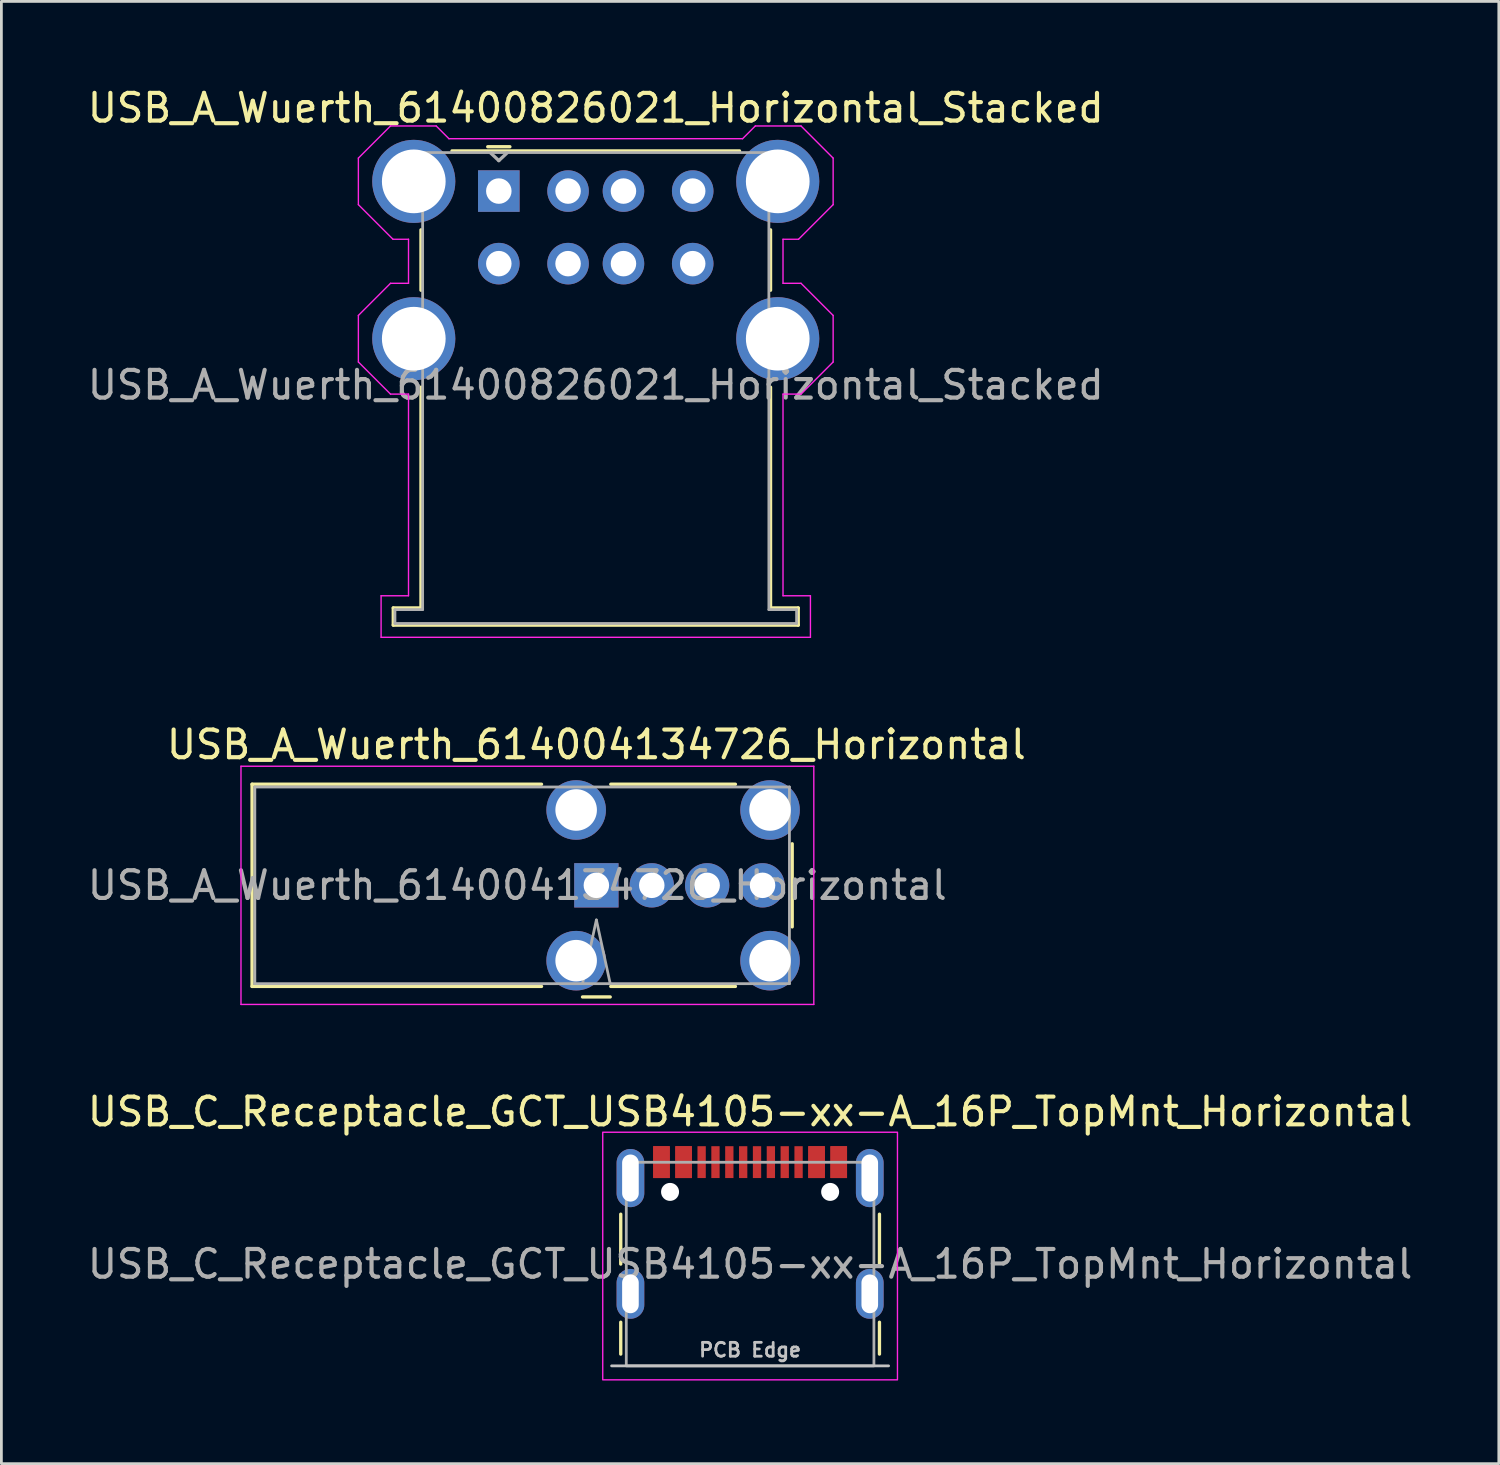
<source format=kicad_pcb>
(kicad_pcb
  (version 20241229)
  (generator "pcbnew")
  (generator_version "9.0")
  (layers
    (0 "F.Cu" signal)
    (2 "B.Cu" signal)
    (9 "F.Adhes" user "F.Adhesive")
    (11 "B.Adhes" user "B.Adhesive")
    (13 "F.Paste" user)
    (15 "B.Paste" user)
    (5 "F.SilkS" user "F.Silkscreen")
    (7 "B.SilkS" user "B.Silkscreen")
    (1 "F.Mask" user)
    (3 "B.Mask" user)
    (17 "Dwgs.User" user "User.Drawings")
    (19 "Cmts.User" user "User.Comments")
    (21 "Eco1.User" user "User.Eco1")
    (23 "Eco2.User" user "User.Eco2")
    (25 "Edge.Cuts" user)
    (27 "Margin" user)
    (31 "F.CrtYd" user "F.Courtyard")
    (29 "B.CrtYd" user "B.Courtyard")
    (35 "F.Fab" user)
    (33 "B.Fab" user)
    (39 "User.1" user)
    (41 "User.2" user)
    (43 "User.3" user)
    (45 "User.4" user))
  (footprint "USB_C_Receptacle_GCT_USB4105-xx-A_16P_TopMnt_Horizontal"
    (layer "F.Cu")
    (at 24.03 42.585)
    (property "Reference" "USB_C_Receptacle_GCT_USB4105-xx-A_16P_TopMnt_Horizontal" (at 0 -5.5 0) (unlocked yes) (layer "F.SilkS") (effects (font (size 1 1) (thickness 0.15))))
    (attr smd)
    (fp_line (start -4.67 0) (end -4.67 -1.8) (stroke (width 0.12) (type solid)) (layer "F.SilkS"))
    (fp_line (start -4.67 2.1) (end -4.67 3.25) (stroke (width 0.12) (type solid)) (layer "F.SilkS"))
    (fp_line (start 4.67 0) (end 4.67 -1.8) (stroke (width 0.12) (type solid)) (layer "F.SilkS"))
    (fp_line (start 4.67 2.1) (end 4.67 3.25) (stroke (width 0.12) (type solid)) (layer "F.SilkS"))
    (fp_line (start 5 3.675) (end -5 3.675) (stroke (width 0.1) (type solid)) (layer "Dwgs.User"))
    (fp_rect (start -5.32 -4.76) (end 5.32 4.18) (stroke (width 0.05) (type solid)) (fill no) (layer "F.CrtYd"))
    (fp_rect (start -4.47 -3.675) (end 4.47 3.675) (stroke (width 0.1) (type solid)) (fill no) (layer "F.Fab"))
    (fp_text user "PCB Edge" (at 0 3.1 0) (unlocked yes) (layer "Dwgs.User") (effects (font (size 0.5 0.5) (thickness 0.1))))
    (fp_text user "${REFERENCE}" (at 0 0 0) (unlocked yes) (layer "F.Fab") (effects (font (size 1 1) (thickness 0.15))))
    (pad "" np_thru_hole circle (at -2.89 -2.605) (size 0.65 0.65) (drill 0.65) (layers "*.Cu" "*.Mask"))
    (pad "" np_thru_hole circle (at 2.89 -2.605) (size 0.65 0.65) (drill 0.65) (layers "*.Cu" "*.Mask"))
    (pad "A1" smd rect (at -3.2 -3.68) (size 0.6 1.15) (layers "F.Cu" "F.Mask" "F.Paste"))
    (pad "A4" smd rect (at -2.4 -3.68) (size 0.6 1.15) (layers "F.Cu" "F.Mask" "F.Paste"))
    (pad "A5" smd rect (at -1.25 -3.68) (size 0.3 1.15) (layers "F.Cu" "F.Mask" "F.Paste"))
    (pad "A6" smd rect (at -0.25 -3.68) (size 0.3 1.15) (layers "F.Cu" "F.Mask" "F.Paste"))
    (pad "A7" smd rect (at 0.25 -3.68) (size 0.3 1.15) (layers "F.Cu" "F.Mask" "F.Paste"))
    (pad "A8" smd rect (at 1.25 -3.68) (size 0.3 1.15) (layers "F.Cu" "F.Mask" "F.Paste"))
    (pad "A9" smd rect (at 2.4 -3.68) (size 0.6 1.15) (layers "F.Cu" "F.Mask" "F.Paste"))
    (pad "A12" smd rect (at 3.2 -3.68) (size 0.6 1.15) (layers "F.Cu" "F.Mask" "F.Paste"))
    (pad "B1" smd rect (at 3.2 -3.68) (size 0.6 1.15) (layers "F.Cu" "F.Mask" "F.Paste"))
    (pad "B4" smd rect (at 2.4 -3.68) (size 0.6 1.15) (layers "F.Cu" "F.Mask" "F.Paste"))
    (pad "B5" smd rect (at 1.75 -3.68) (size 0.3 1.15) (layers "F.Cu" "F.Mask" "F.Paste"))
    (pad "B6" smd rect (at 0.75 -3.68) (size 0.3 1.15) (layers "F.Cu" "F.Mask" "F.Paste"))
    (pad "B7" smd rect (at -0.75 -3.68) (size 0.3 1.15) (layers "F.Cu" "F.Mask" "F.Paste"))
    (pad "B8" smd rect (at -1.75 -3.68) (size 0.3 1.15) (layers "F.Cu" "F.Mask" "F.Paste"))
    (pad "B9" smd rect (at -2.4 -3.68) (size 0.6 1.15) (layers "F.Cu" "F.Mask" "F.Paste"))
    (pad "B12" smd rect (at -3.2 -3.68) (size 0.6 1.15) (layers "F.Cu" "F.Mask" "F.Paste"))
    (pad "S1" thru_hole oval (at -4.32 -3.105) (size 1 2.1) (drill oval 0.6 1.7) (layers "*.Cu" "*.Mask"))
    (pad "S1" thru_hole oval (at -4.32 1.075) (size 1 1.8) (drill oval 0.6 1.4) (layers "*.Cu" "*.Mask"))
    (pad "S1" thru_hole oval (at 4.32 -3.105) (size 1 2.1) (drill oval 0.6 1.7) (layers "*.Cu" "*.Mask"))
    (pad "S1" thru_hole oval (at 4.32 1.075) (size 1 1.8) (drill oval 0.6 1.4) (layers "*.Cu" "*.Mask")))
  (footprint "USB_A_Wuerth_614004134726_Horizontal"
    (layer "F.Cu")
    (at 18.48 28.912)
    (property "Reference" "USB_A_Wuerth_614004134726_Horizontal" (at 0 -5.08 0) (layer "F.SilkS") (effects (font (size 1 1) (thickness 0.15))))
    (attr through_hole)
    (fp_line (start -12.43 -3.65) (end -12.43 3.65) (stroke (width 0.12) (type solid)) (layer "F.SilkS"))
    (fp_line (start -12.43 -3.65) (end -1.98 -3.65) (stroke (width 0.12) (type solid)) (layer "F.SilkS"))
    (fp_line (start -12.43 3.65) (end -1.98 3.65) (stroke (width 0.12) (type solid)) (layer "F.SilkS"))
    (fp_line (start -0.5 4.03) (end 0.5 4.03) (stroke (width 0.12) (type solid)) (layer "F.SilkS"))
    (fp_line (start 0.52 -3.65) (end 5.02 -3.65) (stroke (width 0.12) (type solid)) (layer "F.SilkS"))
    (fp_line (start 0.52 3.65) (end 5.02 3.65) (stroke (width 0.12) (type solid)) (layer "F.SilkS"))
    (fp_line (start 7.07 -1.5) (end 7.07 1.5) (stroke (width 0.12) (type solid)) (layer "F.SilkS"))
    (fp_line (start -12.83 -4.3) (end 7.85 -4.3) (stroke (width 0.05) (type solid)) (layer "F.CrtYd"))
    (fp_line (start -12.83 4.3) (end -12.83 -4.3) (stroke (width 0.05) (type solid)) (layer "F.CrtYd"))
    (fp_line (start 7.85 -4.3) (end 7.85 4.3) (stroke (width 0.05) (type solid)) (layer "F.CrtYd"))
    (fp_line (start 7.85 4.3) (end -12.83 4.3) (stroke (width 0.05) (type solid)) (layer "F.CrtYd"))
    (fp_line (start -12.33 -3.55) (end 6.97 -3.55) (stroke (width 0.1) (type solid)) (layer "F.Fab"))
    (fp_line (start -12.33 3.55) (end -12.33 -3.55) (stroke (width 0.1) (type solid)) (layer "F.Fab"))
    (fp_line (start -0.5 3.55) (end 0 1.25) (stroke (width 0.1) (type solid)) (layer "F.Fab"))
    (fp_line (start 0 1.25) (end 0.5 3.55) (stroke (width 0.1) (type solid)) (layer "F.Fab"))
    (fp_line (start 6.97 -3.55) (end 6.97 3.55) (stroke (width 0.1) (type solid)) (layer "F.Fab"))
    (fp_line (start 6.97 3.55) (end -12.33 3.55) (stroke (width 0.1) (type solid)) (layer "F.Fab"))
    (fp_text user "${REFERENCE}" (at -2.855 0 0) (layer "F.Fab") (effects (font (size 1 1) (thickness 0.15))))
    (pad "1" thru_hole rect (at 0 0) (size 1.6 1.6) (drill 0.92) (layers "*.Cu" "*.Mask"))
    (pad "2" thru_hole circle (at 2 0) (size 1.6 1.6) (drill 0.92) (layers "*.Cu" "*.Mask"))
    (pad "3" thru_hole circle (at 4 0) (size 1.6 1.6) (drill 0.92) (layers "*.Cu" "*.Mask"))
    (pad "4" thru_hole circle (at 6 0) (size 1.6 1.6) (drill 0.92) (layers "*.Cu" "*.Mask"))
    (pad "5" thru_hole circle (at -0.73 -2.72) (size 2.15 2.15) (drill 1.5) (layers "*.Cu" "*.Mask"))
    (pad "5" thru_hole circle (at -0.73 2.72) (size 2.15 2.15) (drill 1.5) (layers "*.Cu" "*.Mask"))
    (pad "5" thru_hole circle (at 6.27 -2.72) (size 2.15 2.15) (drill 1.5) (layers "*.Cu" "*.Mask"))
    (pad "5" thru_hole circle (at 6.27 2.72) (size 2.15 2.15) (drill 1.5) (layers "*.Cu" "*.Mask")))
  (footprint "USB_A_Wuerth_61400826021_Horizontal_Stacked"
    (layer "F.Cu")
    (at 14.958 3.848)
    (property "Reference" "USB_A_Wuerth_61400826021_Horizontal_Stacked" (at 3.5 -3 0) (layer "F.SilkS") (effects (font (size 1 1) (thickness 0.15))))
    (attr through_hole)
    (fp_line (start -3.81 15.05) (end -2.81 15.05) (stroke (width 0.12) (type solid)) (layer "F.SilkS"))
    (fp_line (start -3.81 15.67) (end -3.81 15.05) (stroke (width 0.12) (type solid)) (layer "F.SilkS"))
    (fp_line (start -2.81 3.58) (end -2.81 1.4) (stroke (width 0.12) (type solid)) (layer "F.SilkS"))
    (fp_line (start -2.81 15.05) (end -2.81 7.08) (stroke (width 0.12) (type solid)) (layer "F.SilkS"))
    (fp_line (start -1.69 -1.45) (end 8.69 -1.45) (stroke (width 0.12) (type solid)) (layer "F.SilkS"))
    (fp_line (start 0.4 -1.6) (end -0.4 -1.6) (stroke (width 0.12) (type solid)) (layer "F.SilkS"))
    (fp_line (start 9.81 3.58) (end 9.81 1.4) (stroke (width 0.12) (type solid)) (layer "F.SilkS"))
    (fp_line (start 9.81 7.08) (end 9.81 15.05) (stroke (width 0.12) (type solid)) (layer "F.SilkS"))
    (fp_line (start 9.81 15.05) (end 10.81 15.05) (stroke (width 0.12) (type solid)) (layer "F.SilkS"))
    (fp_line (start 10.81 15.05) (end 10.81 15.67) (stroke (width 0.12) (type solid)) (layer "F.SilkS"))
    (fp_line (start 10.81 15.67) (end -3.81 15.67) (stroke (width 0.12) (type solid)) (layer "F.SilkS"))
    (fp_line (start -5.07 -1.19) (end -5.07 0.49) (stroke (width 0.05) (type solid)) (layer "F.CrtYd"))
    (fp_line (start -5.07 0.49) (end -3.82 1.74) (stroke (width 0.05) (type solid)) (layer "F.CrtYd"))
    (fp_line (start -5.07 4.49) (end -5.07 6.17) (stroke (width 0.05) (type solid)) (layer "F.CrtYd"))
    (fp_line (start -5.07 6.17) (end -3.91 7.33) (stroke (width 0.05) (type solid)) (layer "F.CrtYd"))
    (fp_line (start -4.25 14.61) (end -4.25 16.11) (stroke (width 0.05) (type solid)) (layer "F.CrtYd"))
    (fp_line (start -4.25 16.11) (end 11.25 16.11) (stroke (width 0.05) (type solid)) (layer "F.CrtYd"))
    (fp_line (start -3.91 -2.35) (end -5.07 -1.19) (stroke (width 0.05) (type solid)) (layer "F.CrtYd"))
    (fp_line (start -3.91 3.33) (end -5.07 4.49) (stroke (width 0.05) (type solid)) (layer "F.CrtYd"))
    (fp_line (start -3.91 3.33) (end -3.26 3.33) (stroke (width 0.05) (type solid)) (layer "F.CrtYd"))
    (fp_line (start -3.82 1.74) (end -3.26 1.74) (stroke (width 0.05) (type solid)) (layer "F.CrtYd"))
    (fp_line (start -3.26 1.74) (end -3.26 3.33) (stroke (width 0.05) (type solid)) (layer "F.CrtYd"))
    (fp_line (start -3.26 7.33) (end -3.91 7.33) (stroke (width 0.05) (type solid)) (layer "F.CrtYd"))
    (fp_line (start -3.26 7.33) (end -3.26 14.61) (stroke (width 0.05) (type solid)) (layer "F.CrtYd"))
    (fp_line (start -3.26 14.61) (end -4.25 14.61) (stroke (width 0.05) (type solid)) (layer "F.CrtYd"))
    (fp_line (start -2.26 -2.35) (end -3.91 -2.35) (stroke (width 0.05) (type solid)) (layer "F.CrtYd"))
    (fp_line (start -2.26 -2.35) (end -1.8 -1.89) (stroke (width 0.05) (type solid)) (layer "F.CrtYd"))
    (fp_line (start 8.8 -1.89) (end -1.8 -1.89) (stroke (width 0.05) (type solid)) (layer "F.CrtYd"))
    (fp_line (start 9.26 -2.35) (end 8.8 -1.89) (stroke (width 0.05) (type solid)) (layer "F.CrtYd"))
    (fp_line (start 10.26 1.74) (end 10.26 3.33) (stroke (width 0.05) (type solid)) (layer "F.CrtYd"))
    (fp_line (start 10.26 1.74) (end 10.82 1.74) (stroke (width 0.05) (type solid)) (layer "F.CrtYd"))
    (fp_line (start 10.26 3.33) (end 10.91 3.33) (stroke (width 0.05) (type solid)) (layer "F.CrtYd"))
    (fp_line (start 10.26 7.33) (end 10.26 14.61) (stroke (width 0.05) (type solid)) (layer "F.CrtYd"))
    (fp_line (start 10.26 7.33) (end 10.91 7.33) (stroke (width 0.05) (type solid)) (layer "F.CrtYd"))
    (fp_line (start 10.26 14.61) (end 11.25 14.61) (stroke (width 0.05) (type solid)) (layer "F.CrtYd"))
    (fp_line (start 10.91 -2.35) (end 9.26 -2.35) (stroke (width 0.05) (type solid)) (layer "F.CrtYd"))
    (fp_line (start 10.91 -2.35) (end 12.07 -1.19) (stroke (width 0.05) (type solid)) (layer "F.CrtYd"))
    (fp_line (start 10.91 3.33) (end 12.07 4.49) (stroke (width 0.05) (type solid)) (layer "F.CrtYd"))
    (fp_line (start 11.25 14.61) (end 11.25 16.11) (stroke (width 0.05) (type solid)) (layer "F.CrtYd"))
    (fp_line (start 12.07 -1.19) (end 12.07 0.49) (stroke (width 0.05) (type solid)) (layer "F.CrtYd"))
    (fp_line (start 12.07 0.49) (end 10.82 1.74) (stroke (width 0.05) (type solid)) (layer "F.CrtYd"))
    (fp_line (start 12.07 4.49) (end 12.07 6.17) (stroke (width 0.05) (type solid)) (layer "F.CrtYd"))
    (fp_line (start 12.07 6.17) (end 10.91 7.33) (stroke (width 0.05) (type solid)) (layer "F.CrtYd"))
    (fp_line (start -3.75 15.11) (end -3.75 15.61) (stroke (width 0.1) (type solid)) (layer "F.Fab"))
    (fp_line (start -2.75 -1.39) (end -2.75 15.11) (stroke (width 0.1) (type solid)) (layer "F.Fab"))
    (fp_line (start -2.75 15.11) (end -3.75 15.11) (stroke (width 0.1) (type solid)) (layer "F.Fab"))
    (fp_line (start 0 -1.1) (end -0.3 -1.38) (stroke (width 0.12) (type solid)) (layer "F.Fab"))
    (fp_line (start 0 -1.1) (end 0.3 -1.38) (stroke (width 0.12) (type solid)) (layer "F.Fab"))
    (fp_line (start 9.75 -1.39) (end -2.75 -1.39) (stroke (width 0.1) (type solid)) (layer "F.Fab"))
    (fp_line (start 9.75 -1.39) (end 9.75 15.11) (stroke (width 0.1) (type solid)) (layer "F.Fab"))
    (fp_line (start 9.75 15.11) (end 10.75 15.11) (stroke (width 0.1) (type solid)) (layer "F.Fab"))
    (fp_line (start 10.75 15.11) (end 10.75 15.61) (stroke (width 0.1) (type solid)) (layer "F.Fab"))
    (fp_line (start 10.75 15.61) (end -3.75 15.61) (stroke (width 0.1) (type solid)) (layer "F.Fab"))
    (fp_text user "${REFERENCE}" (at 3.5 7 0) (layer "F.Fab") (effects (font (size 1 1) (thickness 0.15))))
    (pad "1" thru_hole rect (at 0 0) (size 1.5 1.5) (drill 0.92) (layers "*.Cu" "*.Mask"))
    (pad "2" thru_hole circle (at 2.5 0) (size 1.5 1.5) (drill 0.92) (layers "*.Cu" "*.Mask"))
    (pad "3" thru_hole circle (at 4.5 0) (size 1.5 1.5) (drill 0.92) (layers "*.Cu" "*.Mask"))
    (pad "4" thru_hole circle (at 7 0) (size 1.5 1.5) (drill 0.92) (layers "*.Cu" "*.Mask"))
    (pad "5" thru_hole circle (at 0 2.62) (size 1.5 1.5) (drill 0.92) (layers "*.Cu" "*.Mask"))
    (pad "6" thru_hole circle (at 2.5 2.62) (size 1.5 1.5) (drill 0.92) (layers "*.Cu" "*.Mask"))
    (pad "7" thru_hole circle (at 4.5 2.62) (size 1.5 1.5) (drill 0.92) (layers "*.Cu" "*.Mask"))
    (pad "8" thru_hole circle (at 7 2.62) (size 1.5 1.5) (drill 0.92) (layers "*.Cu" "*.Mask"))
    (pad "9" thru_hole circle (at -3.07 -0.35) (size 3 3) (drill 2.3) (layers "*.Cu" "*.Mask"))
    (pad "9" thru_hole circle (at -3.07 5.33) (size 3 3) (drill 2.3) (layers "*.Cu" "*.Mask"))
    (pad "9" thru_hole circle (at 10.07 -0.35) (size 3 3) (drill 2.3) (layers "*.Cu" "*.Mask"))
    (pad "9" thru_hole circle (at 10.07 5.33) (size 3 3) (drill 2.3) (layers "*.Cu" "*.Mask")))
  (gr_rect
    (start -3 -3)
    (end 51.06 49.79)
    (stroke (width 0.1) (type default))
    (fill no)
    (layer "Edge.Cuts")))
</source>
